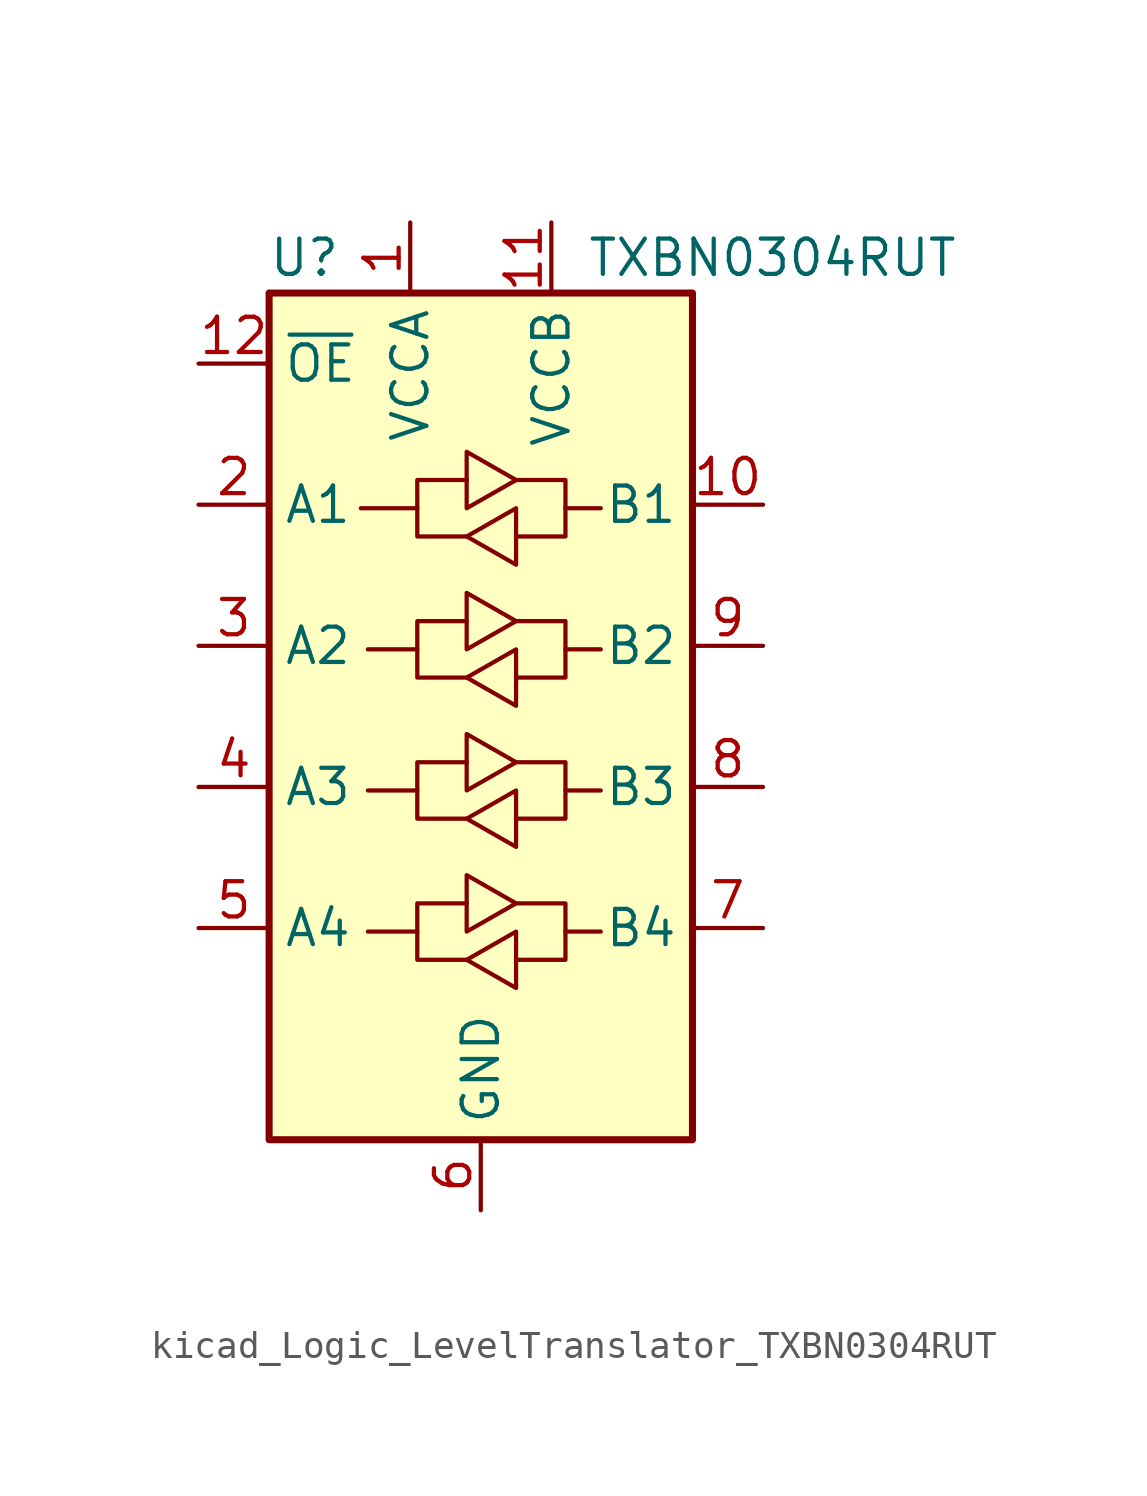
<source format=kicad_sym>
(kicad_symbol_lib
  (version 20220914)
  (generator kicad_symbol_editor)
  (symbol "kicad_Logic_LevelTranslator_TXBN0304RUT"
    (property "Reference" "U"
      (at -6.35 16.51 0)
      (effects (font (size 1.27 1.27))))
    (property "Value" "TXBN0304RUT"
      (at 3.81 16.51 0)
      (effects (font (size 1.27 1.27)) (justify left)))
    (symbol "kicad_Logic_LevelTranslator_TXBN0304RUT_0_1"
      (rectangle (start -7.62 15.24) (end 7.62 -15.24) (stroke (width 0.254) (type default)) (fill (type background)))
      (polyline (pts (xy -2.286 -7.747) (xy -2.286 -6.731) (xy -0.508 -6.731)) (stroke (width 0) (type default)) (fill (type none)))
      (polyline (pts (xy -2.286 -2.667) (xy -2.286 -1.651) (xy -0.508 -1.651)) (stroke (width 0) (type default)) (fill (type none)))
      (polyline (pts (xy -2.286 2.413) (xy -2.286 3.429) (xy -0.508 3.429)) (stroke (width 0) (type default)) (fill (type none)))
      (polyline (pts (xy -2.286 7.493) (xy -2.286 8.509) (xy -0.508 8.509)) (stroke (width 0) (type default)) (fill (type none)))
      (polyline (pts (xy 3.048 -7.747) (xy 3.048 -8.763) (xy 1.27 -8.763)) (stroke (width 0) (type default)) (fill (type none)))
      (polyline (pts (xy 3.048 -2.667) (xy 3.048 -3.683) (xy 1.27 -3.683)) (stroke (width 0) (type default)) (fill (type none)))
      (polyline (pts (xy 3.048 2.413) (xy 3.048 1.397) (xy 1.27 1.397)) (stroke (width 0) (type default)) (fill (type none)))
      (polyline (pts (xy 3.048 7.493) (xy 3.048 6.477) (xy 1.27 6.477)) (stroke (width 0) (type default)) (fill (type none)))
      (polyline (pts (xy -0.508 -8.763) (xy -2.286 -8.763) (xy -2.286 -7.747) (xy -4.064 -7.747)) (stroke (width 0) (type default)) (fill (type none)))
      (polyline (pts (xy -0.508 -8.763) (xy 1.27 -7.747) (xy 1.27 -9.779) (xy -0.508 -8.763)) (stroke (width 0) (type default)) (fill (type none)))
      (polyline (pts (xy -0.508 -3.683) (xy -2.286 -3.683) (xy -2.286 -2.667) (xy -4.064 -2.667)) (stroke (width 0) (type default)) (fill (type none)))
      (polyline (pts (xy -0.508 -3.683) (xy 1.27 -2.667) (xy 1.27 -4.699) (xy -0.508 -3.683)) (stroke (width 0) (type default)) (fill (type none)))
      (polyline (pts (xy -0.508 1.397) (xy -2.286 1.397) (xy -2.286 2.413) (xy -4.064 2.413)) (stroke (width 0) (type default)) (fill (type none)))
      (polyline (pts (xy -0.508 1.397) (xy 1.27 2.413) (xy 1.27 0.381) (xy -0.508 1.397)) (stroke (width 0) (type default)) (fill (type none)))
      (polyline (pts (xy -0.508 6.477) (xy -2.286 6.477) (xy -2.286 7.493) (xy -4.318 7.493)) (stroke (width 0) (type default)) (fill (type none)))
      (polyline (pts (xy -0.508 6.477) (xy 1.27 7.493) (xy 1.27 5.461) (xy -0.508 6.477)) (stroke (width 0) (type default)) (fill (type none)))
      (polyline (pts (xy 1.27 -6.731) (xy -0.508 -7.747) (xy -0.508 -5.715) (xy 1.27 -6.731)) (stroke (width 0) (type default)) (fill (type none)))
      (polyline (pts (xy 1.27 -6.731) (xy 3.048 -6.731) (xy 3.048 -7.747) (xy 4.318 -7.747)) (stroke (width 0) (type default)) (fill (type none)))
      (polyline (pts (xy 1.27 -1.651) (xy -0.508 -2.667) (xy -0.508 -0.635) (xy 1.27 -1.651)) (stroke (width 0) (type default)) (fill (type none)))
      (polyline (pts (xy 1.27 -1.651) (xy 3.048 -1.651) (xy 3.048 -2.667) (xy 4.318 -2.667)) (stroke (width 0) (type default)) (fill (type none)))
      (polyline (pts (xy 1.27 3.429) (xy -0.508 2.413) (xy -0.508 4.445) (xy 1.27 3.429)) (stroke (width 0) (type default)) (fill (type none)))
      (polyline (pts (xy 1.27 3.429) (xy 3.048 3.429) (xy 3.048 2.413) (xy 4.318 2.413)) (stroke (width 0) (type default)) (fill (type none)))
      (polyline (pts (xy 1.27 8.509) (xy -0.508 7.493) (xy -0.508 9.525) (xy 1.27 8.509)) (stroke (width 0) (type default)) (fill (type none)))
      (polyline (pts (xy 1.27 8.509) (xy 3.048 8.509) (xy 3.048 7.493) (xy 4.318 7.493)) (stroke (width 0) (type default)) (fill (type none))))
    (symbol "kicad_Logic_LevelTranslator_TXBN0304RUT_1_1"
      (pin power_in line (at -2.54 17.78 270) (length 2.54) (name "VCCA" (effects (font (size 1.27 1.27)))) (number "1" (effects (font (size 1.27 1.27)))))
      (pin tri_state line (at 10.16 7.62 180) (length 2.54) (name "B1" (effects (font (size 1.27 1.27)))) (number "10" (effects (font (size 1.27 1.27)))))
      (pin power_in line (at 2.54 17.78 270) (length 2.54) (name "VCCB" (effects (font (size 1.27 1.27)))) (number "11" (effects (font (size 1.27 1.27)))))
      (pin input line (at -10.16 12.7 0) (length 2.54) (name "~{OE}" (effects (font (size 1.27 1.27)))) (number "12" (effects (font (size 1.27 1.27)))))
      (pin tri_state line (at -10.16 7.62 0) (length 2.54) (name "A1" (effects (font (size 1.27 1.27)))) (number "2" (effects (font (size 1.27 1.27)))))
      (pin tri_state line (at -10.16 2.54 0) (length 2.54) (name "A2" (effects (font (size 1.27 1.27)))) (number "3" (effects (font (size 1.27 1.27)))))
      (pin tri_state line (at -10.16 -2.54 0) (length 2.54) (name "A3" (effects (font (size 1.27 1.27)))) (number "4" (effects (font (size 1.27 1.27)))))
      (pin tri_state line (at -10.16 -7.62 0) (length 2.54) (name "A4" (effects (font (size 1.27 1.27)))) (number "5" (effects (font (size 1.27 1.27)))))
      (pin power_in line (at 0 -17.78 90) (length 2.54) (name "GND" (effects (font (size 1.27 1.27)))) (number "6" (effects (font (size 1.27 1.27)))))
      (pin tri_state line (at 10.16 -7.62 180) (length 2.54) (name "B4" (effects (font (size 1.27 1.27)))) (number "7" (effects (font (size 1.27 1.27)))))
      (pin tri_state line (at 10.16 -2.54 180) (length 2.54) (name "B3" (effects (font (size 1.27 1.27)))) (number "8" (effects (font (size 1.27 1.27)))))
      (pin tri_state line (at 10.16 2.54 180) (length 2.54) (name "B2" (effects (font (size 1.27 1.27)))) (number "9" (effects (font (size 1.27 1.27))))))))
</source>
